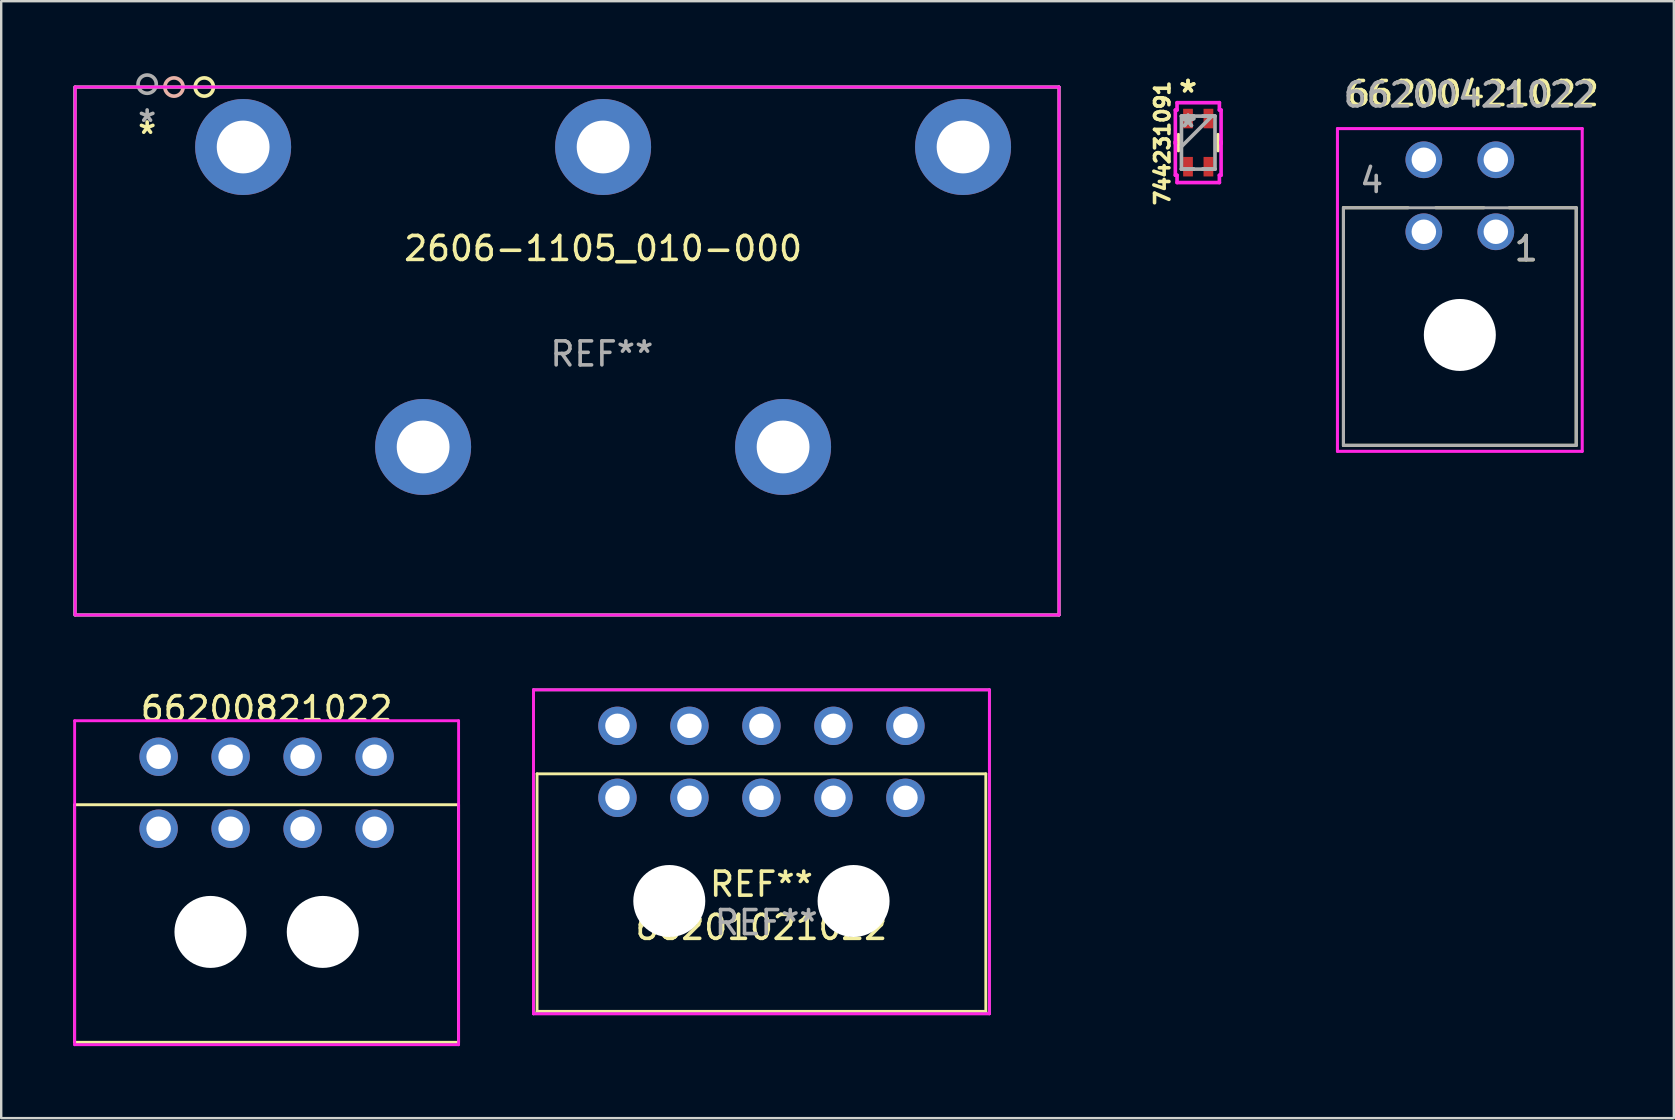
<source format=kicad_pcb>
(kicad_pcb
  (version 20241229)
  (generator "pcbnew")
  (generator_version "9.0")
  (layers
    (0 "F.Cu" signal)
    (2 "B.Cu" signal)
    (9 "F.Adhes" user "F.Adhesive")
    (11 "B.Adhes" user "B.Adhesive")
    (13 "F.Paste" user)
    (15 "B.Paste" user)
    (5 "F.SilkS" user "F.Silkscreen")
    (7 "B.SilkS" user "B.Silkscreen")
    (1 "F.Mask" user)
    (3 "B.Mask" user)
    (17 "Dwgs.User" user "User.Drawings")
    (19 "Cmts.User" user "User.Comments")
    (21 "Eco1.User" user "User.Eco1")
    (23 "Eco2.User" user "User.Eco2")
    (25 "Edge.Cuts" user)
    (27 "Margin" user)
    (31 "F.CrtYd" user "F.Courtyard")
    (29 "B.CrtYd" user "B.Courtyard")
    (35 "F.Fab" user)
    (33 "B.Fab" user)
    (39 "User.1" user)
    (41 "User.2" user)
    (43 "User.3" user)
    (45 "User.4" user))
  (footprint "744231091"
    (layer "F.Cu")
    (at 46.881 2.893)
    (property "Reference" "744231091" (at -1.49 0.02 90) (layer "F.SilkS") (effects (font (size 0.6 0.6) (thickness 0.15))))
    (attr smd)
    (fp_line (start -0.826 -0.329) (end -0.826 0.329) (stroke (width 0.152) (type solid)) (layer "F.SilkS"))
    (fp_line (start 0.826 0.329) (end 0.826 -0.329) (stroke (width 0.152) (type solid)) (layer "F.SilkS"))
    (fp_line (start -0.953 -1.359) (end -0.882 -1.359) (stroke (width 0.152) (type solid)) (layer "F.CrtYd"))
    (fp_line (start -0.953 -0.032) (end -0.953 -1.359) (stroke (width 0.152) (type solid)) (layer "F.CrtYd"))
    (fp_line (start -0.953 -0.032) (end -0.953 -0.032) (stroke (width 0.152) (type solid)) (layer "F.CrtYd"))
    (fp_line (start -0.953 0.032) (end -0.953 -0.032) (stroke (width 0.152) (type solid)) (layer "F.CrtYd"))
    (fp_line (start -0.953 0.032) (end -0.953 0.032) (stroke (width 0.152) (type solid)) (layer "F.CrtYd"))
    (fp_line (start -0.953 1.359) (end -0.953 0.032) (stroke (width 0.152) (type solid)) (layer "F.CrtYd"))
    (fp_line (start -0.882 -1.664) (end 0.882 -1.664) (stroke (width 0.152) (type solid)) (layer "F.CrtYd"))
    (fp_line (start -0.882 -1.359) (end -0.882 -1.664) (stroke (width 0.152) (type solid)) (layer "F.CrtYd"))
    (fp_line (start -0.882 1.359) (end -0.953 1.359) (stroke (width 0.152) (type solid)) (layer "F.CrtYd"))
    (fp_line (start -0.882 1.664) (end -0.882 1.359) (stroke (width 0.152) (type solid)) (layer "F.CrtYd"))
    (fp_line (start 0.882 -1.664) (end 0.882 -1.359) (stroke (width 0.152) (type solid)) (layer "F.CrtYd"))
    (fp_line (start 0.882 -1.359) (end 0.953 -1.359) (stroke (width 0.152) (type solid)) (layer "F.CrtYd"))
    (fp_line (start 0.882 1.359) (end 0.882 1.664) (stroke (width 0.152) (type solid)) (layer "F.CrtYd"))
    (fp_line (start 0.882 1.664) (end -0.882 1.664) (stroke (width 0.152) (type solid)) (layer "F.CrtYd"))
    (fp_line (start 0.953 -1.359) (end 0.953 -0.032) (stroke (width 0.152) (type solid)) (layer "F.CrtYd"))
    (fp_line (start 0.953 -0.032) (end 0.953 -0.032) (stroke (width 0.152) (type solid)) (layer "F.CrtYd"))
    (fp_line (start 0.953 -0.032) (end 0.953 0.032) (stroke (width 0.152) (type solid)) (layer "F.CrtYd"))
    (fp_line (start 0.953 0.032) (end 0.953 0.032) (stroke (width 0.152) (type solid)) (layer "F.CrtYd"))
    (fp_line (start 0.953 0.032) (end 0.953 1.359) (stroke (width 0.152) (type solid)) (layer "F.CrtYd"))
    (fp_line (start 0.953 1.359) (end 0.882 1.359) (stroke (width 0.152) (type solid)) (layer "F.CrtYd"))
    (fp_line (start -0.699 -1.105) (end -0.699 -1.105) (stroke (width 0.152) (type solid)) (layer "F.Fab"))
    (fp_line (start -0.699 -1.105) (end -0.699 1.105) (stroke (width 0.152) (type solid)) (layer "F.Fab"))
    (fp_line (start -0.699 0.165) (end 0.572 -1.105) (stroke (width 0.152) (type solid)) (layer "F.Fab"))
    (fp_line (start -0.699 1.105) (end -0.699 1.105) (stroke (width 0.152) (type solid)) (layer "F.Fab"))
    (fp_line (start -0.699 1.105) (end 0.699 1.105) (stroke (width 0.152) (type solid)) (layer "F.Fab"))
    (fp_line (start -0.654 -1.105) (end -0.654 -1.105) (stroke (width 0.152) (type solid)) (layer "F.Fab"))
    (fp_line (start -0.654 -1.105) (end -0.196 -1.105) (stroke (width 0.152) (type solid)) (layer "F.Fab"))
    (fp_line (start -0.654 1.105) (end -0.654 1.105) (stroke (width 0.152) (type solid)) (layer "F.Fab"))
    (fp_line (start -0.654 1.105) (end -0.196 1.105) (stroke (width 0.152) (type solid)) (layer "F.Fab"))
    (fp_line (start -0.196 -1.105) (end -0.654 -1.105) (stroke (width 0.152) (type solid)) (layer "F.Fab"))
    (fp_line (start -0.196 -1.105) (end -0.196 -1.105) (stroke (width 0.152) (type solid)) (layer "F.Fab"))
    (fp_line (start -0.196 1.105) (end -0.654 1.105) (stroke (width 0.152) (type solid)) (layer "F.Fab"))
    (fp_line (start -0.196 1.105) (end -0.196 1.105) (stroke (width 0.152) (type solid)) (layer "F.Fab"))
    (fp_line (start 0.196 -1.105) (end 0.196 -1.105) (stroke (width 0.152) (type solid)) (layer "F.Fab"))
    (fp_line (start 0.196 -1.105) (end 0.654 -1.105) (stroke (width 0.152) (type solid)) (layer "F.Fab"))
    (fp_line (start 0.196 1.105) (end 0.196 1.105) (stroke (width 0.152) (type solid)) (layer "F.Fab"))
    (fp_line (start 0.196 1.105) (end 0.654 1.105) (stroke (width 0.152) (type solid)) (layer "F.Fab"))
    (fp_line (start 0.654 -1.105) (end 0.196 -1.105) (stroke (width 0.152) (type solid)) (layer "F.Fab"))
    (fp_line (start 0.654 -1.105) (end 0.654 -1.105) (stroke (width 0.152) (type solid)) (layer "F.Fab"))
    (fp_line (start 0.654 1.105) (end 0.196 1.105) (stroke (width 0.152) (type solid)) (layer "F.Fab"))
    (fp_line (start 0.654 1.105) (end 0.654 1.105) (stroke (width 0.152) (type solid)) (layer "F.Fab"))
    (fp_line (start 0.699 -1.105) (end -0.699 -1.105) (stroke (width 0.152) (type solid)) (layer "F.Fab"))
    (fp_line (start 0.699 -1.105) (end 0.699 -1.105) (stroke (width 0.152) (type solid)) (layer "F.Fab"))
    (fp_line (start 0.699 1.105) (end 0.699 -1.105) (stroke (width 0.152) (type solid)) (layer "F.Fab"))
    (fp_line (start 0.699 1.105) (end 0.699 1.105) (stroke (width 0.152) (type solid)) (layer "F.Fab"))
    (fp_text user "*" (at -0.425 -2.045 0) (layer "F.SilkS") (effects (font (size 1 1) (thickness 0.15))))
    (fp_text user "*" (at -0.425 -2.045 0) (layer "F.SilkS") (effects (font (size 1 1) (thickness 0.15))))
    (fp_text user "Copyright 2016 Accelerated Designs. All rights reserved." (at 0 0 0) (layer "Cmts.User") (effects (font (size 0.127 0.127) (thickness 0.002))))
    (fp_text user "*" (at -0.425 -0.597 0) (layer "F.Fab") (effects (font (size 1 1) (thickness 0.15))))
    (fp_text user "*" (at -0.425 -0.597 0) (layer "F.Fab") (effects (font (size 1 1) (thickness 0.15))))
    (pad "1" smd rect (at -0.425 -1.003) (size 0.406 0.813) (layers "F.Cu" "F.Mask" "F.Paste"))
    (pad "2" smd rect (at -0.425 1.003) (size 0.406 0.813) (layers "F.Cu" "F.Mask" "F.Paste"))
    (pad "3" smd rect (at 0.425 1.003) (size 0.406 0.813) (layers "F.Cu" "F.Mask" "F.Paste"))
    (pad "4" smd rect (at 0.425 -1.003) (size 0.406 0.813) (layers "F.Cu" "F.Mask" "F.Paste")))
  (footprint "66201021022"
    (layer "F.Cu")
    (at 28.68 30.196)
    (property "Reference" "66201021022" (at 0 5.4 0) (layer "F.SilkS") (effects (font (size 1 1) (thickness 0.15))))
    (attr through_hole)
    (fp_line (start -9.35 -1) (end -9.35 8.9) (stroke (width 0.12) (type solid)) (layer "F.SilkS"))
    (fp_line (start -9.35 -1) (end 9.35 -1) (stroke (width 0.12) (type solid)) (layer "F.SilkS"))
    (fp_line (start -9.35 8.9) (end 9.35 8.9) (stroke (width 0.12) (type solid)) (layer "F.SilkS"))
    (fp_line (start 9.35 -1) (end 9.35 8.9) (stroke (width 0.12) (type solid)) (layer "F.SilkS"))
    (fp_line (start -9.5 -4.5) (end -9.5 9) (stroke (width 0.12) (type solid)) (layer "F.CrtYd"))
    (fp_line (start -9.5 9) (end 9.5 9) (stroke (width 0.12) (type solid)) (layer "F.CrtYd"))
    (fp_line (start 9.5 -4.5) (end -9.5 -4.5) (stroke (width 0.12) (type solid)) (layer "F.CrtYd"))
    (fp_line (start 9.5 9) (end 9.5 -4.5) (stroke (width 0.12) (type solid)) (layer "F.CrtYd"))
    (fp_line (start -9.5 -4.5) (end -9.5 9) (stroke (width 0.12) (type solid)) (layer "F.Fab"))
    (fp_line (start -9.5 8.992) (end 9.5 8.992) (stroke (width 0.12) (type solid)) (layer "F.Fab"))
    (fp_line (start 9.5 -4.5) (end -9.5 -4.5) (stroke (width 0.12) (type solid)) (layer "F.Fab"))
    (fp_line (start 9.5 9) (end 9.5 -4.5) (stroke (width 0.12) (type solid)) (layer "F.Fab"))
    (fp_text user "REF**" (at 0 3.6 0) (layer "F.SilkS") (effects (font (size 1 1) (thickness 0.15))))
    (fp_text user "REF**" (at 0.2 5.2 0) (layer "F.Fab") (effects (font (size 1 1) (thickness 0.15))))
    (pad "" np_thru_hole circle (at -3.84 4.3) (size 3 3) (drill 3) (layers "*.Cu" "*.Mask"))
    (pad "" np_thru_hole circle (at 3.84 4.3) (size 3 3) (drill 3) (layers "*.Cu" "*.Mask"))
    (pad "1" thru_hole circle (at -6 -3) (size 1.6 1.6) (drill 1.02) (layers "*.Cu" "*.Mask"))
    (pad "2" thru_hole circle (at -3 -3) (size 1.6 1.6) (drill 1.02) (layers "*.Cu" "*.Mask"))
    (pad "3" thru_hole circle (at 0 -3) (size 1.6 1.6) (drill 1.02) (layers "*.Cu" "*.Mask"))
    (pad "4" thru_hole circle (at 3 -3) (size 1.6 1.6) (drill 1.02) (layers "*.Cu" "*.Mask"))
    (pad "5" thru_hole circle (at 6 -3) (size 1.6 1.6) (drill 1.02) (layers "*.Cu" "*.Mask"))
    (pad "6" thru_hole circle (at -6 0) (size 1.6 1.6) (drill 1.02) (layers "*.Cu" "*.Mask"))
    (pad "7" thru_hole circle (at -3 0) (size 1.6 1.6) (drill 1.02) (layers "*.Cu" "*.Mask"))
    (pad "8" thru_hole circle (at 0 0) (size 1.6 1.6) (drill 1.02) (layers "*.Cu" "*.Mask"))
    (pad "9" thru_hole circle (at 3 0) (size 1.6 1.6) (drill 1.02) (layers "*.Cu" "*.Mask"))
    (pad "10" thru_hole circle (at 6 0) (size 1.6 1.6) (drill 1.02) (layers "*.Cu" "*.Mask")))
  (footprint "66200421022"
    (layer "F.Cu")
    (at 57.783 10.908)
    (property "Reference" "66200421022" (at 0.555 -10.06 0) (layer "F.SilkS") (effects (font (size 1 1) (thickness 0.15))))
    (attr through_hole)
    (fp_line (start -4.85 4.6) (end -4.85 -5.3) (stroke (width 0.127) (type solid)) (layer "F.SilkS"))
    (fp_line (start -2.16 -5.3) (end -4.85 -5.3) (stroke (width 0.127) (type solid)) (layer "F.SilkS"))
    (fp_line (start -1 -5.3) (end 1 -5.3) (stroke (width 0.127) (type solid)) (layer "F.SilkS"))
    (fp_line (start 2.06 -5.3) (end 4.85 -5.3) (stroke (width 0.127) (type solid)) (layer "F.SilkS"))
    (fp_line (start 4.85 -5.3) (end 4.85 4.6) (stroke (width 0.127) (type solid)) (layer "F.SilkS"))
    (fp_line (start 4.85 4.6) (end -4.85 4.6) (stroke (width 0.127) (type solid)) (layer "F.SilkS"))
    (fp_line (start -5.1 -8.6) (end 5.1 -8.6) (stroke (width 0.127) (type solid)) (layer "F.CrtYd"))
    (fp_line (start -5.1 4.85) (end -5.1 -8.6) (stroke (width 0.127) (type solid)) (layer "F.CrtYd"))
    (fp_line (start 5.1 -8.6) (end 5.1 4.85) (stroke (width 0.127) (type solid)) (layer "F.CrtYd"))
    (fp_line (start 5.1 4.85) (end -5.1 4.85) (stroke (width 0.127) (type solid)) (layer "F.CrtYd"))
    (fp_line (start -4.85 -5.3) (end 4.85 -5.3) (stroke (width 0.127) (type solid)) (layer "F.Fab"))
    (fp_line (start -4.85 4.6) (end -4.85 -5.3) (stroke (width 0.127) (type solid)) (layer "F.Fab"))
    (fp_line (start 4.85 -5.3) (end 4.85 4.6) (stroke (width 0.127) (type solid)) (layer "F.Fab"))
    (fp_line (start 4.85 4.6) (end -4.85 4.6) (stroke (width 0.127) (type solid)) (layer "F.Fab"))
    (fp_text user "1" (at 2.765 -3.595 0) (layer "F.SilkS") (effects (font (size 1 1) (thickness 0.15))))
    (fp_text user "${REFERENCE}" (at 0.4 -10 0) (layer "F.Fab") (effects (font (size 1 1) (thickness 0.15))))
    (fp_text user "4" (at -3.675 -6.435 0) (layer "F.Fab") (effects (font (size 1 1) (thickness 0.15))))
    (fp_text user "1" (at 2.765 -3.595 0) (layer "F.Fab") (effects (font (size 1 1) (thickness 0.15))))
    (pad "" np_thru_hole circle (at 0 0) (size 3 3) (drill 3) (layers "*.Cu" "*.Mask"))
    (pad "1" thru_hole circle (at 1.5 -4.3) (size 1.53 1.53) (drill 1.02) (layers "*.Cu" "*.Mask"))
    (pad "2" thru_hole circle (at -1.5 -4.3) (size 1.53 1.53) (drill 1.02) (layers "*.Cu" "*.Mask"))
    (pad "3" thru_hole circle (at 1.5 -7.3) (size 1.53 1.53) (drill 1.02) (layers "*.Cu" "*.Mask"))
    (pad "4" thru_hole circle (at -1.5 -7.3) (size 1.53 1.53) (drill 1.02) (layers "*.Cu" "*.Mask")))
  (footprint "66200821022"
    (layer "F.Cu")
    (at 8.06 31.484)
    (property "Reference" "66200821022" (at 0 -5 0) (layer "F.SilkS") (effects (font (size 1 1) (thickness 0.15))))
    (attr through_hole)
    (fp_line (start -8 -1) (end -8 8.9) (stroke (width 0.12) (type solid)) (layer "F.SilkS"))
    (fp_line (start -8 -1) (end 8 -1) (stroke (width 0.12) (type solid)) (layer "F.SilkS"))
    (fp_line (start -8 8.9) (end 8 8.9) (stroke (width 0.12) (type solid)) (layer "F.SilkS"))
    (fp_line (start 8 -1) (end 8 8.9) (stroke (width 0.12) (type solid)) (layer "F.SilkS"))
    (fp_line (start -8 -4.5) (end -8 9) (stroke (width 0.12) (type solid)) (layer "F.CrtYd"))
    (fp_line (start -8 9) (end 8 9) (stroke (width 0.12) (type solid)) (layer "F.CrtYd"))
    (fp_line (start 8 -4.5) (end -8 -4.5) (stroke (width 0.12) (type solid)) (layer "F.CrtYd"))
    (fp_line (start 8 9) (end 8 -4.5) (stroke (width 0.12) (type solid)) (layer "F.CrtYd"))
    (pad "" np_thru_hole circle (at -2.34 4.3) (size 3 3) (drill 3) (layers "*.Cu" "*.Mask"))
    (pad "" np_thru_hole circle (at 2.34 4.3) (size 3 3) (drill 3) (layers "*.Cu" "*.Mask"))
    (pad "1" thru_hole circle (at -4.5 -3) (size 1.6 1.6) (drill 1.02) (layers "*.Cu" "*.Mask"))
    (pad "2" thru_hole circle (at -1.5 -3) (size 1.6 1.6) (drill 1.02) (layers "*.Cu" "*.Mask"))
    (pad "3" thru_hole circle (at 1.5 -3) (size 1.6 1.6) (drill 1.02) (layers "*.Cu" "*.Mask"))
    (pad "4" thru_hole circle (at 4.5 -3) (size 1.6 1.6) (drill 1.02) (layers "*.Cu" "*.Mask"))
    (pad "5" thru_hole circle (at -4.5 0) (size 1.6 1.6) (drill 1.02) (layers "*.Cu" "*.Mask"))
    (pad "6" thru_hole circle (at -1.5 0) (size 1.6 1.6) (drill 1.02) (layers "*.Cu" "*.Mask"))
    (pad "7" thru_hole circle (at 1.5 0) (size 1.6 1.6) (drill 1.02) (layers "*.Cu" "*.Mask"))
    (pad "8" thru_hole circle (at 4.5 0) (size 1.6 1.6) (drill 1.02) (layers "*.Cu" "*.Mask")))
  (footprint "2606-1105_010-000"
    (layer "F.Cu")
    (at 22.082 9.576)
    (property "Reference" "2606-1105_010-000" (at 0.000001 -2.27 0) (layer "F.SilkS") (effects (font (size 1 1) (thickness 0.15))))
    (attr through_hole)
    (fp_line (start -22 -9) (end -22 13) (stroke (width 0.12) (type solid)) (layer "F.SilkS"))
    (fp_line (start -22 -9) (end 19 -9) (stroke (width 0.12) (type solid)) (layer "F.SilkS"))
    (fp_line (start -22 13) (end 19 13) (stroke (width 0.12) (type solid)) (layer "F.SilkS"))
    (fp_line (start 19 13) (end 19 -9) (stroke (width 0.12) (type solid)) (layer "F.SilkS"))
    (fp_circle (center -16.619 -9) (end -16.238 -9) (stroke (width 0.152) (type solid)) (fill no) (layer "F.SilkS"))
    (fp_circle (center -17.881 -9) (end -17.5 -9) (stroke (width 0.152) (type solid)) (fill no) (layer "B.SilkS"))
    (fp_line (start -22 -9) (end -22 13) (stroke (width 0.12) (type solid)) (layer "F.CrtYd"))
    (fp_line (start -22 -9) (end 19 -9) (stroke (width 0.12) (type solid)) (layer "F.CrtYd"))
    (fp_line (start -22 13) (end 19 13) (stroke (width 0.12) (type solid)) (layer "F.CrtYd"))
    (fp_line (start 19 13) (end 19 -9) (stroke (width 0.12) (type solid)) (layer "F.CrtYd"))
    (fp_line (start -22.022 -9) (end -22.022 13) (stroke (width 0.12) (type solid)) (layer "F.Fab"))
    (fp_line (start -22 -9) (end 19 -9) (stroke (width 0.12) (type solid)) (layer "F.Fab"))
    (fp_line (start -22 13) (end 19 13) (stroke (width 0.12) (type solid)) (layer "F.Fab"))
    (fp_line (start 18.999 13) (end 18.999 -9) (stroke (width 0.12) (type solid)) (layer "F.Fab"))
    (fp_circle (center -19 -9.119) (end -18.619 -9.119) (stroke (width 0.152) (type solid)) (fill no) (layer "F.Fab"))
    (fp_text user "*" (at -19 -7 0) (layer "F.SilkS") (effects (font (size 1 1) (thickness 0.15))))
    (fp_text user "*" (at -15 -6.34 0) (layer "Cmts.User") (effects (font (size 0.127 0.127) (thickness 0.002))))
    (fp_text user "REF**" (at -0.051 2.124 0) (layer "F.Fab") (effects (font (size 1 1) (thickness 0.15))))
    (fp_text user "*" (at -19 -7.5 0) (layer "F.Fab") (effects (font (size 1 1) (thickness 0.15))))
    (pad "1" thru_hole circle (at -15 -6.5) (size 4 4) (drill 2.2) (layers "*.Cu" "*.Mask"))
    (pad "2" thru_hole circle (at -7.5 6) (size 4 4) (drill 2.2) (layers "*.Cu" "*.Mask"))
    (pad "3" thru_hole circle (at 0 -6.5) (size 4 4) (drill 2.2) (layers "*.Cu" "*.Mask"))
    (pad "4" thru_hole circle (at 7.5 6) (size 4 4) (drill 2.2) (layers "*.Cu" "*.Mask"))
    (pad "5" thru_hole circle (at 15 -6.5) (size 4 4) (drill 2.2) (layers "*.Cu" "*.Mask")))
  (gr_rect
    (start -3 -3)
    (end 66.701 43.544)
    (stroke (width 0.1) (type default))
    (fill no)
    (layer "Edge.Cuts")))
</source>
